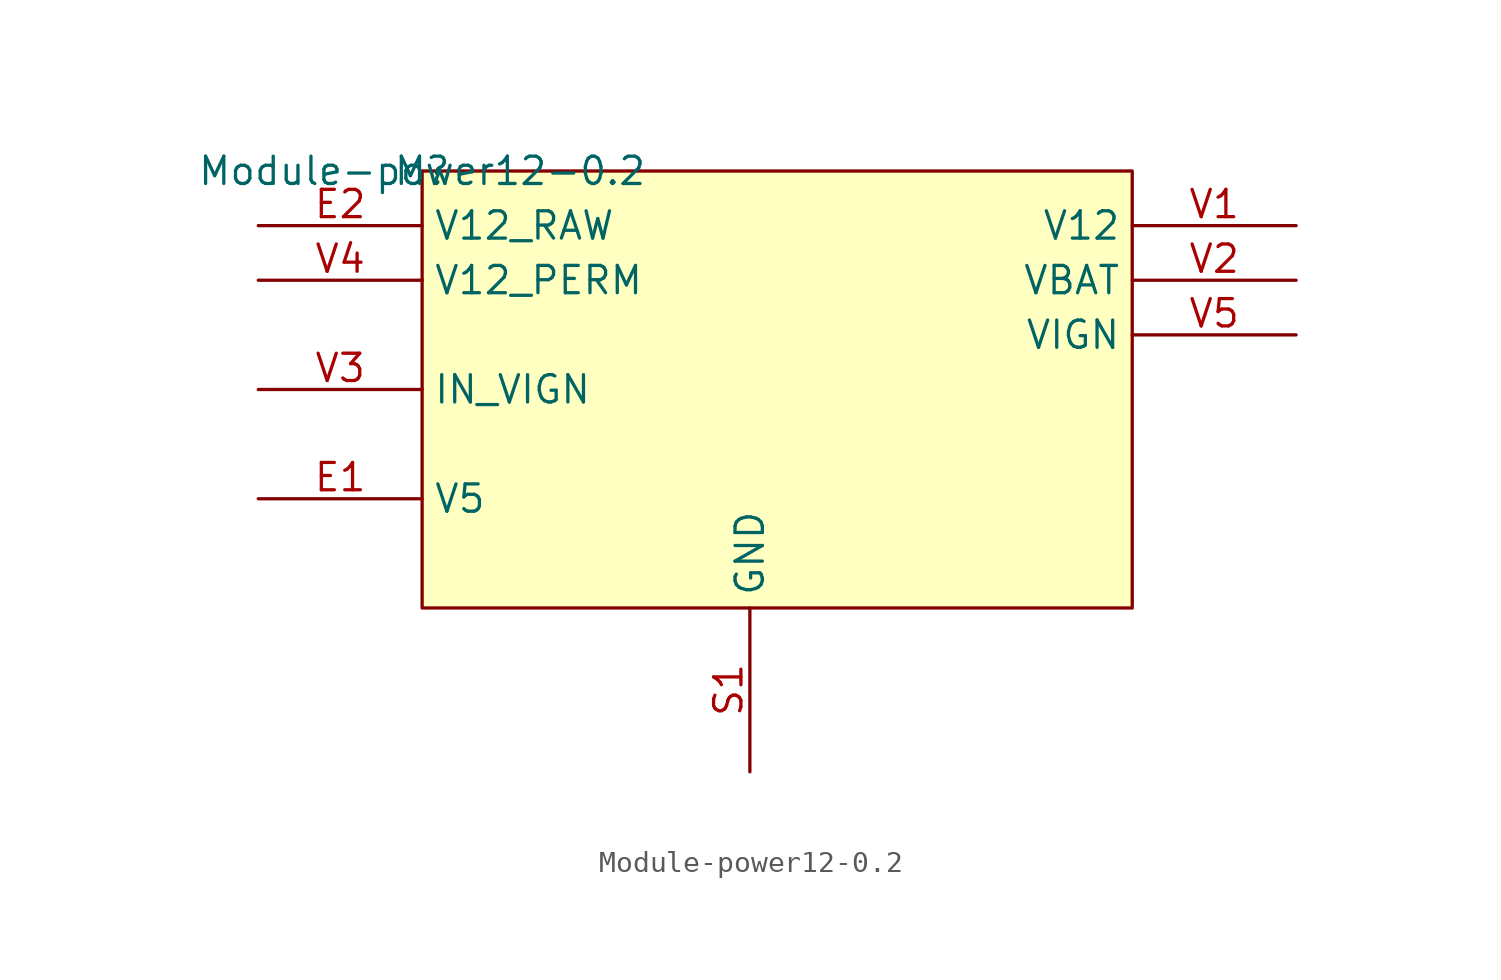
<source format=kicad_sym>
(kicad_symbol_lib
  (version 20201005)
  (generator kicad_symbol_editor)
  (symbol "power12:Module-power12-0.2"
    (property "Reference" "M"
      (at 0 0 0)
      (effects (font (size 1.27 1.27))))
    (property "Value" "Module-power12-0.2"
      (at 0 0 0)
      (effects (font (size 1.27 1.27))))
    (symbol "Module-power12-0.2_1_0"
      (rectangle (start 33.02 0) (end 0 -20.32) (stroke (width 0)) (fill (type background)))
      (pin passive line (at 40.64 -2.54 180) (length 7.62) (name "V12" (effects (font (size 1.27 1.27)))) (number "V1" (effects (font (size 1.27 1.27)))))
      (pin passive line (at 40.64 -5.08 180) (length 7.62) (name "VBAT" (effects (font (size 1.27 1.27)))) (number "V2" (effects (font (size 1.27 1.27)))))
      (pin passive line (at -7.62 -15.24 0) (length 7.62) (name "V5" (effects (font (size 1.27 1.27)))) (number "E1" (effects (font (size 1.27 1.27)))))
      (pin passive line (at -7.62 -2.54 0) (length 7.62) (name "V12_RAW" (effects (font (size 1.27 1.27)))) (number "E2" (effects (font (size 1.27 1.27)))))
      (pin passive line (at -7.62 -10.16 0) (length 7.62) (name "IN_VIGN" (effects (font (size 1.27 1.27)))) (number "V3" (effects (font (size 1.27 1.27)))))
      (pin passive line (at -7.62 -5.08 0) (length 7.62) (name "V12_PERM" (effects (font (size 1.27 1.27)))) (number "V4" (effects (font (size 1.27 1.27)))))
      (pin passive line (at 15.24 -27.94 90) (length 7.62) (name "GND" (effects (font (size 1.27 1.27)))) (number "S1" (effects (font (size 1.27 1.27)))))
      (pin passive line (at 40.64 -7.62 180) (length 7.62) (name "VIGN" (effects (font (size 1.27 1.27)))) (number "V5" (effects (font (size 1.27 1.27))))))))
</source>
